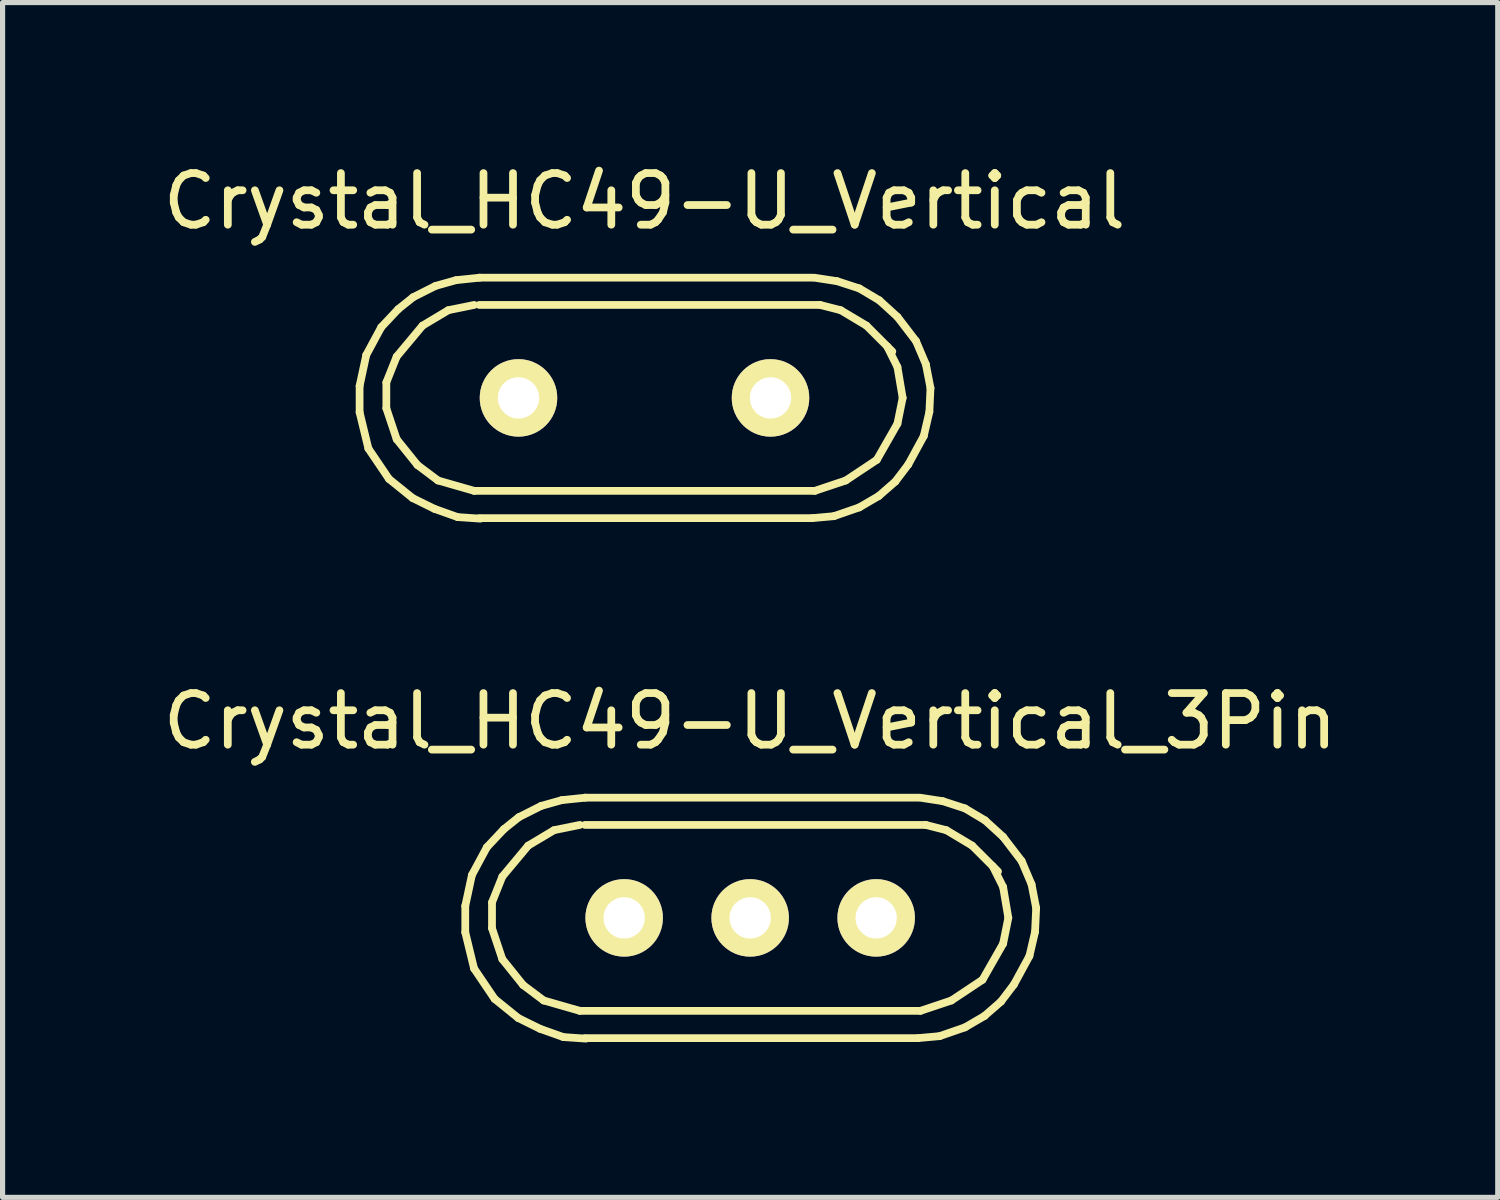
<source format=kicad_pcb>
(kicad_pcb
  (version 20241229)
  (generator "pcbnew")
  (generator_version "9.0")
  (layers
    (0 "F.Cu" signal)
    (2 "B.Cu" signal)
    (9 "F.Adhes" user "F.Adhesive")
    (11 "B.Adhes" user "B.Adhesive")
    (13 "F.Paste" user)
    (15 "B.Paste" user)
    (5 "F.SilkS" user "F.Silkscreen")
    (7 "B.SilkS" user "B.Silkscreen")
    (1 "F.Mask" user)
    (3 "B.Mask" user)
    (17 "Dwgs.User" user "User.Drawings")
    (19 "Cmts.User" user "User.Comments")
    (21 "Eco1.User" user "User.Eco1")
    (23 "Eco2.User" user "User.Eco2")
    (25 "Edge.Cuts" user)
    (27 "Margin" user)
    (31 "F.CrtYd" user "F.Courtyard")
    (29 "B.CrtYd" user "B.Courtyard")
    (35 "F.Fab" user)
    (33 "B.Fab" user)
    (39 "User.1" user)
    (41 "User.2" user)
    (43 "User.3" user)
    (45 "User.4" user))
  (footprint "Crystal_HC49-U_Vertical"
    (layer "F.Cu")
    (at 9.435 4.658)
    (property "Reference" "Crystal_HC49-U_Vertical" (at 0 -3.81 0) (layer "F.SilkS") (effects (font (size 1 1) (thickness 0.15))))
    (attr through_hole)
    (fp_line (start -5.519 -0.231) (end -5.519 0.279) (stroke (width 0.15) (type solid)) (layer "F.SilkS"))
    (fp_line (start -5.519 0.279) (end -5.349 0.98) (stroke (width 0.15) (type solid)) (layer "F.SilkS"))
    (fp_line (start -5.39 -0.831) (end -5.519 -0.231) (stroke (width 0.15) (type solid)) (layer "F.SilkS"))
    (fp_line (start -5.349 0.98) (end -4.95 1.57) (stroke (width 0.15) (type solid)) (layer "F.SilkS"))
    (fp_line (start -5.1 -1.369) (end -5.39 -0.831) (stroke (width 0.15) (type solid)) (layer "F.SilkS"))
    (fp_line (start -5.001 -0.3) (end -4.801 -0.8) (stroke (width 0.15) (type solid)) (layer "F.SilkS"))
    (fp_line (start -5.001 0.201) (end -5.001 -0.3) (stroke (width 0.15) (type solid)) (layer "F.SilkS"))
    (fp_line (start -4.95 1.57) (end -4.491 1.941) (stroke (width 0.15) (type solid)) (layer "F.SilkS"))
    (fp_line (start -4.801 -0.8) (end -4.3 -1.4) (stroke (width 0.15) (type solid)) (layer "F.SilkS"))
    (fp_line (start -4.801 0.8) (end -5.001 0.201) (stroke (width 0.15) (type solid)) (layer "F.SilkS"))
    (fp_line (start -4.77 -1.72) (end -5.1 -1.369) (stroke (width 0.15) (type solid)) (layer "F.SilkS"))
    (fp_line (start -4.491 1.941) (end -4.069 2.149) (stroke (width 0.15) (type solid)) (layer "F.SilkS"))
    (fp_line (start -4.481 -1.951) (end -4.77 -1.72) (stroke (width 0.15) (type solid)) (layer "F.SilkS"))
    (fp_line (start -4.399 1.3) (end -4.801 0.8) (stroke (width 0.15) (type solid)) (layer "F.SilkS"))
    (fp_line (start -4.3 -1.4) (end -3.8 -1.699) (stroke (width 0.15) (type solid)) (layer "F.SilkS"))
    (fp_line (start -4.069 2.149) (end -3.619 2.309) (stroke (width 0.15) (type solid)) (layer "F.SilkS"))
    (fp_line (start -4.049 -2.169) (end -4.481 -1.951) (stroke (width 0.15) (type solid)) (layer "F.SilkS"))
    (fp_line (start -4 1.6) (end -4.399 1.3) (stroke (width 0.15) (type solid)) (layer "F.SilkS"))
    (fp_line (start -3.8 -1.699) (end -3.299 -1.801) (stroke (width 0.15) (type solid)) (layer "F.SilkS"))
    (fp_line (start -3.65 -2.281) (end -4.049 -2.169) (stroke (width 0.15) (type solid)) (layer "F.SilkS"))
    (fp_line (start -3.619 2.309) (end -3.18 2.339) (stroke (width 0.15) (type solid)) (layer "F.SilkS"))
    (fp_line (start -3.299 1.801) (end -4 1.6) (stroke (width 0.15) (type solid)) (layer "F.SilkS"))
    (fp_line (start -3.2 -2.329) (end 3.251 -2.329) (stroke (width 0.15) (type solid)) (layer "F.SilkS"))
    (fp_line (start -3.2 -1.801) (end 3.401 -1.801) (stroke (width 0.15) (type solid)) (layer "F.SilkS"))
    (fp_line (start -3.2 2.329) (end 3.251 2.329) (stroke (width 0.15) (type solid)) (layer "F.SilkS"))
    (fp_line (start -3.19 -2.329) (end -3.65 -2.281) (stroke (width 0.15) (type solid)) (layer "F.SilkS"))
    (fp_line (start 3.251 2.329) (end 3.67 2.291) (stroke (width 0.15) (type solid)) (layer "F.SilkS"))
    (fp_line (start 3.299 1.801) (end -3.299 1.801) (stroke (width 0.15) (type solid)) (layer "F.SilkS"))
    (fp_line (start 3.401 -1.801) (end 3.8 -1.699) (stroke (width 0.15) (type solid)) (layer "F.SilkS"))
    (fp_line (start 3.67 2.291) (end 4.161 2.121) (stroke (width 0.15) (type solid)) (layer "F.SilkS"))
    (fp_line (start 3.731 -2.261) (end 3.289 -2.329) (stroke (width 0.15) (type solid)) (layer "F.SilkS"))
    (fp_line (start 3.8 -1.699) (end 4.3 -1.4) (stroke (width 0.15) (type solid)) (layer "F.SilkS"))
    (fp_line (start 3.899 1.6) (end 3.299 1.801) (stroke (width 0.15) (type solid)) (layer "F.SilkS"))
    (fp_line (start 4.161 -2.121) (end 3.731 -2.261) (stroke (width 0.15) (type solid)) (layer "F.SilkS"))
    (fp_line (start 4.161 2.121) (end 4.539 1.9) (stroke (width 0.15) (type solid)) (layer "F.SilkS"))
    (fp_line (start 4.3 -1.4) (end 4.801 -0.899) (stroke (width 0.15) (type solid)) (layer "F.SilkS"))
    (fp_line (start 4.501 1.199) (end 3.899 1.6) (stroke (width 0.15) (type solid)) (layer "F.SilkS"))
    (fp_line (start 4.539 1.9) (end 4.859 1.621) (stroke (width 0.15) (type solid)) (layer "F.SilkS"))
    (fp_line (start 4.549 -1.89) (end 4.161 -2.121) (stroke (width 0.15) (type solid)) (layer "F.SilkS"))
    (fp_line (start 4.699 -1.001) (end 4.9 -0.599) (stroke (width 0.15) (type solid)) (layer "F.SilkS"))
    (fp_line (start 4.859 1.621) (end 5.11 1.29) (stroke (width 0.15) (type solid)) (layer "F.SilkS"))
    (fp_line (start 4.9 -1.57) (end 4.549 -1.89) (stroke (width 0.15) (type solid)) (layer "F.SilkS"))
    (fp_line (start 4.9 -0.599) (end 5.001 0) (stroke (width 0.15) (type solid)) (layer "F.SilkS"))
    (fp_line (start 4.9 0.5) (end 4.501 1.199) (stroke (width 0.15) (type solid)) (layer "F.SilkS"))
    (fp_line (start 5.001 0) (end 4.9 0.5) (stroke (width 0.15) (type solid)) (layer "F.SilkS"))
    (fp_line (start 5.11 1.29) (end 5.41 0.739) (stroke (width 0.15) (type solid)) (layer "F.SilkS"))
    (fp_line (start 5.26 -1.1) (end 4.9 -1.57) (stroke (width 0.15) (type solid)) (layer "F.SilkS"))
    (fp_line (start 5.41 0.739) (end 5.519 0.269) (stroke (width 0.15) (type solid)) (layer "F.SilkS"))
    (fp_line (start 5.451 -0.65) (end 5.26 -1.1) (stroke (width 0.15) (type solid)) (layer "F.SilkS"))
    (fp_line (start 5.519 0.269) (end 5.54 -0.191) (stroke (width 0.15) (type solid)) (layer "F.SilkS"))
    (fp_line (start 5.54 -0.191) (end 5.451 -0.65) (stroke (width 0.15) (type solid)) (layer "F.SilkS"))
    (pad "1" thru_hole circle (at -2.441 0) (size 1.501 1.501) (drill 0.8) (layers "*.Cu" "*.Mask" "F.SilkS"))
    (pad "2" thru_hole circle (at 2.441 0) (size 1.501 1.501) (drill 0.8) (layers "*.Cu" "*.Mask" "F.SilkS")))
  (footprint "Crystal_HC49-U_Vertical_3Pin"
    (layer "F.Cu")
    (at 11.482 14.731)
    (property "Reference" "Crystal_HC49-U_Vertical_3Pin" (at 0 -3.81 0) (layer "F.SilkS") (effects (font (size 1 1) (thickness 0.15))))
    (attr through_hole)
    (fp_line (start -5.519 -0.231) (end -5.519 0.279) (stroke (width 0.15) (type solid)) (layer "F.SilkS"))
    (fp_line (start -5.519 0.279) (end -5.349 0.98) (stroke (width 0.15) (type solid)) (layer "F.SilkS"))
    (fp_line (start -5.39 -0.831) (end -5.519 -0.231) (stroke (width 0.15) (type solid)) (layer "F.SilkS"))
    (fp_line (start -5.349 0.98) (end -4.95 1.57) (stroke (width 0.15) (type solid)) (layer "F.SilkS"))
    (fp_line (start -5.1 -1.369) (end -5.39 -0.831) (stroke (width 0.15) (type solid)) (layer "F.SilkS"))
    (fp_line (start -5.001 -0.3) (end -4.801 -0.8) (stroke (width 0.15) (type solid)) (layer "F.SilkS"))
    (fp_line (start -5.001 0.201) (end -5.001 -0.3) (stroke (width 0.15) (type solid)) (layer "F.SilkS"))
    (fp_line (start -4.95 1.57) (end -4.491 1.941) (stroke (width 0.15) (type solid)) (layer "F.SilkS"))
    (fp_line (start -4.801 -0.8) (end -4.3 -1.4) (stroke (width 0.15) (type solid)) (layer "F.SilkS"))
    (fp_line (start -4.801 0.8) (end -5.001 0.201) (stroke (width 0.15) (type solid)) (layer "F.SilkS"))
    (fp_line (start -4.77 -1.72) (end -5.1 -1.369) (stroke (width 0.15) (type solid)) (layer "F.SilkS"))
    (fp_line (start -4.491 1.941) (end -4.069 2.149) (stroke (width 0.15) (type solid)) (layer "F.SilkS"))
    (fp_line (start -4.481 -1.951) (end -4.77 -1.72) (stroke (width 0.15) (type solid)) (layer "F.SilkS"))
    (fp_line (start -4.399 1.3) (end -4.801 0.8) (stroke (width 0.15) (type solid)) (layer "F.SilkS"))
    (fp_line (start -4.3 -1.4) (end -3.8 -1.699) (stroke (width 0.15) (type solid)) (layer "F.SilkS"))
    (fp_line (start -4.069 2.149) (end -3.619 2.309) (stroke (width 0.15) (type solid)) (layer "F.SilkS"))
    (fp_line (start -4.049 -2.169) (end -4.481 -1.951) (stroke (width 0.15) (type solid)) (layer "F.SilkS"))
    (fp_line (start -4 1.6) (end -4.399 1.3) (stroke (width 0.15) (type solid)) (layer "F.SilkS"))
    (fp_line (start -3.8 -1.699) (end -3.299 -1.801) (stroke (width 0.15) (type solid)) (layer "F.SilkS"))
    (fp_line (start -3.65 -2.281) (end -4.049 -2.169) (stroke (width 0.15) (type solid)) (layer "F.SilkS"))
    (fp_line (start -3.619 2.309) (end -3.18 2.339) (stroke (width 0.15) (type solid)) (layer "F.SilkS"))
    (fp_line (start -3.299 1.801) (end -4 1.6) (stroke (width 0.15) (type solid)) (layer "F.SilkS"))
    (fp_line (start -3.2 -2.329) (end 3.251 -2.329) (stroke (width 0.15) (type solid)) (layer "F.SilkS"))
    (fp_line (start -3.2 -1.801) (end 3.401 -1.801) (stroke (width 0.15) (type solid)) (layer "F.SilkS"))
    (fp_line (start -3.2 2.329) (end 3.251 2.329) (stroke (width 0.15) (type solid)) (layer "F.SilkS"))
    (fp_line (start -3.19 -2.329) (end -3.65 -2.281) (stroke (width 0.15) (type solid)) (layer "F.SilkS"))
    (fp_line (start 3.251 2.329) (end 3.67 2.291) (stroke (width 0.15) (type solid)) (layer "F.SilkS"))
    (fp_line (start 3.299 1.801) (end -3.299 1.801) (stroke (width 0.15) (type solid)) (layer "F.SilkS"))
    (fp_line (start 3.401 -1.801) (end 3.8 -1.699) (stroke (width 0.15) (type solid)) (layer "F.SilkS"))
    (fp_line (start 3.67 2.291) (end 4.161 2.121) (stroke (width 0.15) (type solid)) (layer "F.SilkS"))
    (fp_line (start 3.731 -2.261) (end 3.289 -2.329) (stroke (width 0.15) (type solid)) (layer "F.SilkS"))
    (fp_line (start 3.8 -1.699) (end 4.3 -1.4) (stroke (width 0.15) (type solid)) (layer "F.SilkS"))
    (fp_line (start 3.899 1.6) (end 3.299 1.801) (stroke (width 0.15) (type solid)) (layer "F.SilkS"))
    (fp_line (start 4.161 -2.121) (end 3.731 -2.261) (stroke (width 0.15) (type solid)) (layer "F.SilkS"))
    (fp_line (start 4.161 2.121) (end 4.539 1.9) (stroke (width 0.15) (type solid)) (layer "F.SilkS"))
    (fp_line (start 4.3 -1.4) (end 4.801 -0.899) (stroke (width 0.15) (type solid)) (layer "F.SilkS"))
    (fp_line (start 4.501 1.199) (end 3.899 1.6) (stroke (width 0.15) (type solid)) (layer "F.SilkS"))
    (fp_line (start 4.539 1.9) (end 4.859 1.621) (stroke (width 0.15) (type solid)) (layer "F.SilkS"))
    (fp_line (start 4.549 -1.89) (end 4.161 -2.121) (stroke (width 0.15) (type solid)) (layer "F.SilkS"))
    (fp_line (start 4.699 -1.001) (end 4.9 -0.599) (stroke (width 0.15) (type solid)) (layer "F.SilkS"))
    (fp_line (start 4.859 1.621) (end 5.11 1.29) (stroke (width 0.15) (type solid)) (layer "F.SilkS"))
    (fp_line (start 4.9 -1.57) (end 4.549 -1.89) (stroke (width 0.15) (type solid)) (layer "F.SilkS"))
    (fp_line (start 4.9 -0.599) (end 5.001 0) (stroke (width 0.15) (type solid)) (layer "F.SilkS"))
    (fp_line (start 4.9 0.5) (end 4.501 1.199) (stroke (width 0.15) (type solid)) (layer "F.SilkS"))
    (fp_line (start 5.001 0) (end 4.9 0.5) (stroke (width 0.15) (type solid)) (layer "F.SilkS"))
    (fp_line (start 5.11 1.29) (end 5.41 0.739) (stroke (width 0.15) (type solid)) (layer "F.SilkS"))
    (fp_line (start 5.26 -1.1) (end 4.9 -1.57) (stroke (width 0.15) (type solid)) (layer "F.SilkS"))
    (fp_line (start 5.41 0.739) (end 5.519 0.269) (stroke (width 0.15) (type solid)) (layer "F.SilkS"))
    (fp_line (start 5.451 -0.65) (end 5.26 -1.1) (stroke (width 0.15) (type solid)) (layer "F.SilkS"))
    (fp_line (start 5.519 0.269) (end 5.54 -0.191) (stroke (width 0.15) (type solid)) (layer "F.SilkS"))
    (fp_line (start 5.54 -0.191) (end 5.451 -0.65) (stroke (width 0.15) (type solid)) (layer "F.SilkS"))
    (pad "1" thru_hole circle (at -2.441 0) (size 1.501 1.501) (drill 0.8) (layers "*.Cu" "*.Mask" "F.SilkS"))
    (pad "2" thru_hole circle (at 2.441 0) (size 1.501 1.501) (drill 0.8) (layers "*.Cu" "*.Mask" "F.SilkS"))
    (pad "3" thru_hole circle (at 0 0) (size 1.501 1.501) (drill 0.8) (layers "*.Cu" "*.Mask" "F.SilkS")))
  (gr_rect
    (start -3 -3)
    (end 25.964 20.145)
    (stroke (width 0.1) (type default))
    (fill no)
    (layer "Edge.Cuts")))
</source>
